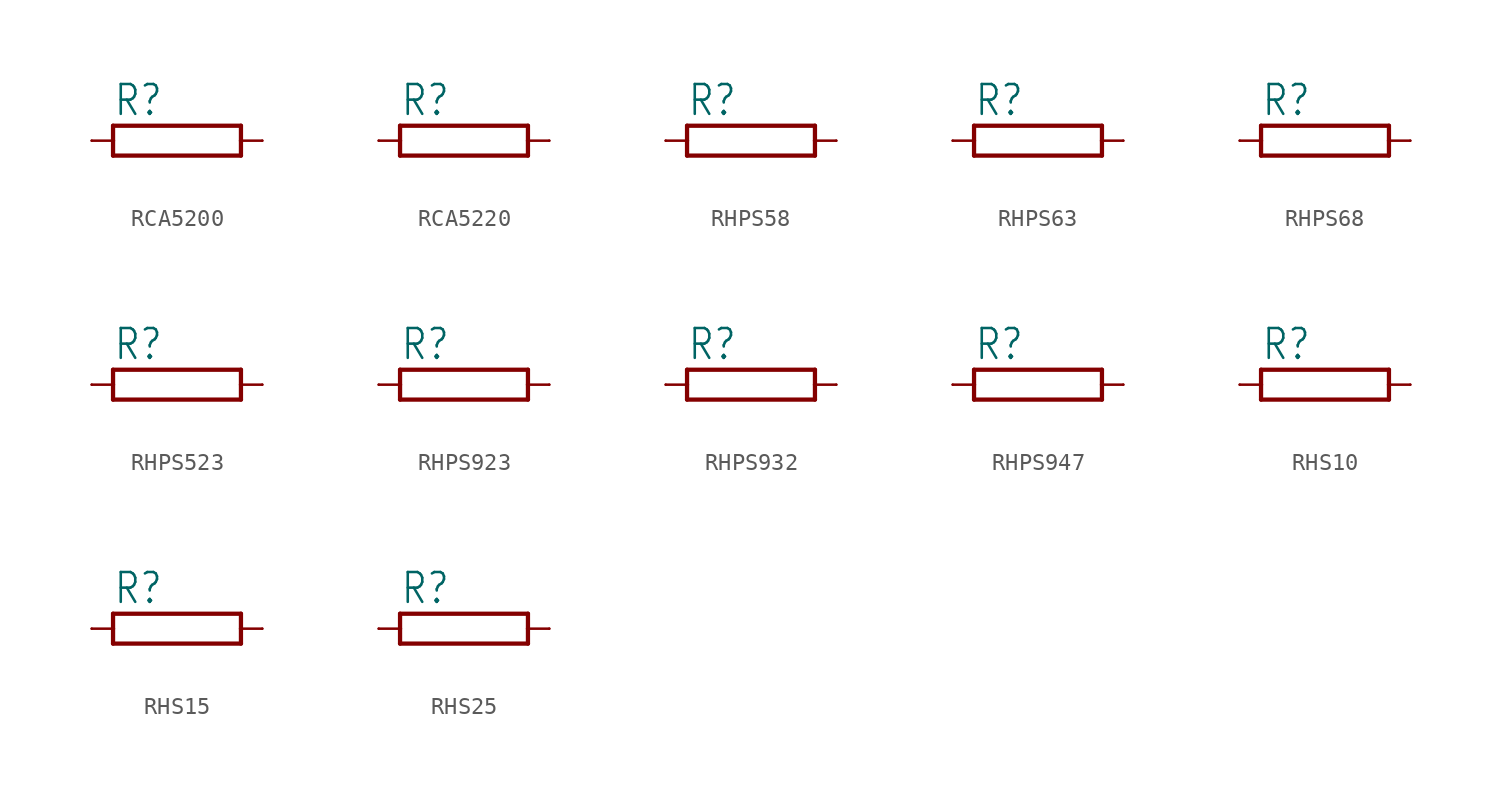
<source format=kicad_sym>
(kicad_symbol_lib
  (version 20220914)
  (generator kicad_symbol_editor)
  (symbol "RCA5200"
    (property "Reference" "R"
      (at -3.81 1.372 0)
      (effects (font (size 1.778 1.511)) (justify left bottom)))
    (property "Value" ""
      (at -3.81 -2.921 0)
      (effects (font (size 1.778 1.511)) (justify left bottom)))
    (property "ki_locked" ""
      (at 0 0 0)
      (effects (font (size 1.27 1.27))))
    (symbol "RCA5200_1_0"
      (polyline (pts (xy -5.08 0) (xy -3.81 0)) (stroke (width 0.152) (type solid)) (fill (type none)))
      (polyline (pts (xy -3.81 -0.889) (xy -3.81 0)) (stroke (width 0.254) (type solid)) (fill (type none)))
      (polyline (pts (xy -3.81 -0.889) (xy 3.81 -0.889)) (stroke (width 0.254) (type solid)) (fill (type none)))
      (polyline (pts (xy -3.81 0) (xy -3.81 0.889)) (stroke (width 0.254) (type solid)) (fill (type none)))
      (polyline (pts (xy 3.81 -0.889) (xy 3.81 0)) (stroke (width 0.254) (type solid)) (fill (type none)))
      (polyline (pts (xy 3.81 0) (xy 3.81 0.889)) (stroke (width 0.254) (type solid)) (fill (type none)))
      (polyline (pts (xy 3.81 0) (xy 5.08 0)) (stroke (width 0.152) (type solid)) (fill (type none)))
      (polyline (pts (xy 3.81 0.889) (xy -3.81 0.889)) (stroke (width 0.254) (type solid)) (fill (type none)))
      (pin passive line (at -5.08 0 0) (length 0) (name "1" (effects (font (size 0 0)))) (number "1" (effects (font (size 0 0)))))
      (pin passive line (at 5.08 0 180) (length 0) (name "2" (effects (font (size 0 0)))) (number "2" (effects (font (size 0 0)))))))
  (symbol "RCA5220"
    (property "Reference" "R"
      (at -3.81 1.372 0)
      (effects (font (size 1.778 1.511)) (justify left bottom)))
    (property "Value" ""
      (at -3.81 -2.921 0)
      (effects (font (size 1.778 1.511)) (justify left bottom)))
    (property "ki_locked" ""
      (at 0 0 0)
      (effects (font (size 1.27 1.27))))
    (symbol "RCA5220_1_0"
      (polyline (pts (xy -5.08 0) (xy -3.81 0)) (stroke (width 0.152) (type solid)) (fill (type none)))
      (polyline (pts (xy -3.81 -0.889) (xy -3.81 0)) (stroke (width 0.254) (type solid)) (fill (type none)))
      (polyline (pts (xy -3.81 -0.889) (xy 3.81 -0.889)) (stroke (width 0.254) (type solid)) (fill (type none)))
      (polyline (pts (xy -3.81 0) (xy -3.81 0.889)) (stroke (width 0.254) (type solid)) (fill (type none)))
      (polyline (pts (xy 3.81 -0.889) (xy 3.81 0)) (stroke (width 0.254) (type solid)) (fill (type none)))
      (polyline (pts (xy 3.81 0) (xy 3.81 0.889)) (stroke (width 0.254) (type solid)) (fill (type none)))
      (polyline (pts (xy 3.81 0) (xy 5.08 0)) (stroke (width 0.152) (type solid)) (fill (type none)))
      (polyline (pts (xy 3.81 0.889) (xy -3.81 0.889)) (stroke (width 0.254) (type solid)) (fill (type none)))
      (pin passive line (at -5.08 0 0) (length 0) (name "1" (effects (font (size 0 0)))) (number "1" (effects (font (size 0 0)))))
      (pin passive line (at 5.08 0 180) (length 0) (name "2" (effects (font (size 0 0)))) (number "2" (effects (font (size 0 0)))))))
  (symbol "RHPS58"
    (property "Reference" "R"
      (at -3.81 1.372 0)
      (effects (font (size 1.778 1.511)) (justify left bottom)))
    (property "Value" ""
      (at -3.81 -2.921 0)
      (effects (font (size 1.778 1.511)) (justify left bottom)))
    (property "ki_locked" ""
      (at 0 0 0)
      (effects (font (size 1.27 1.27))))
    (symbol "RHPS58_1_0"
      (polyline (pts (xy -5.08 0) (xy -3.81 0)) (stroke (width 0.152) (type solid)) (fill (type none)))
      (polyline (pts (xy -3.81 -0.889) (xy -3.81 0)) (stroke (width 0.254) (type solid)) (fill (type none)))
      (polyline (pts (xy -3.81 -0.889) (xy 3.81 -0.889)) (stroke (width 0.254) (type solid)) (fill (type none)))
      (polyline (pts (xy -3.81 0) (xy -3.81 0.889)) (stroke (width 0.254) (type solid)) (fill (type none)))
      (polyline (pts (xy 3.81 -0.889) (xy 3.81 0)) (stroke (width 0.254) (type solid)) (fill (type none)))
      (polyline (pts (xy 3.81 0) (xy 3.81 0.889)) (stroke (width 0.254) (type solid)) (fill (type none)))
      (polyline (pts (xy 3.81 0) (xy 5.08 0)) (stroke (width 0.152) (type solid)) (fill (type none)))
      (polyline (pts (xy 3.81 0.889) (xy -3.81 0.889)) (stroke (width 0.254) (type solid)) (fill (type none)))
      (pin passive line (at -5.08 0 0) (length 0) (name "1" (effects (font (size 0 0)))) (number "1" (effects (font (size 0 0)))))
      (pin passive line (at 5.08 0 180) (length 0) (name "2" (effects (font (size 0 0)))) (number "2" (effects (font (size 0 0)))))))
  (symbol "RHPS63"
    (property "Reference" "R"
      (at -3.81 1.372 0)
      (effects (font (size 1.778 1.511)) (justify left bottom)))
    (property "Value" ""
      (at -3.81 -2.921 0)
      (effects (font (size 1.778 1.511)) (justify left bottom)))
    (property "ki_locked" ""
      (at 0 0 0)
      (effects (font (size 1.27 1.27))))
    (symbol "RHPS63_1_0"
      (polyline (pts (xy -5.08 0) (xy -3.81 0)) (stroke (width 0.152) (type solid)) (fill (type none)))
      (polyline (pts (xy -3.81 -0.889) (xy -3.81 0)) (stroke (width 0.254) (type solid)) (fill (type none)))
      (polyline (pts (xy -3.81 -0.889) (xy 3.81 -0.889)) (stroke (width 0.254) (type solid)) (fill (type none)))
      (polyline (pts (xy -3.81 0) (xy -3.81 0.889)) (stroke (width 0.254) (type solid)) (fill (type none)))
      (polyline (pts (xy 3.81 -0.889) (xy 3.81 0)) (stroke (width 0.254) (type solid)) (fill (type none)))
      (polyline (pts (xy 3.81 0) (xy 3.81 0.889)) (stroke (width 0.254) (type solid)) (fill (type none)))
      (polyline (pts (xy 3.81 0) (xy 5.08 0)) (stroke (width 0.152) (type solid)) (fill (type none)))
      (polyline (pts (xy 3.81 0.889) (xy -3.81 0.889)) (stroke (width 0.254) (type solid)) (fill (type none)))
      (pin passive line (at -5.08 0 0) (length 0) (name "1" (effects (font (size 0 0)))) (number "1" (effects (font (size 0 0)))))
      (pin passive line (at 5.08 0 180) (length 0) (name "2" (effects (font (size 0 0)))) (number "2" (effects (font (size 0 0)))))))
  (symbol "RHPS68"
    (property "Reference" "R"
      (at -3.81 1.372 0)
      (effects (font (size 1.778 1.511)) (justify left bottom)))
    (property "Value" ""
      (at -3.81 -2.921 0)
      (effects (font (size 1.778 1.511)) (justify left bottom)))
    (property "ki_locked" ""
      (at 0 0 0)
      (effects (font (size 1.27 1.27))))
    (symbol "RHPS68_1_0"
      (polyline (pts (xy -5.08 0) (xy -3.81 0)) (stroke (width 0.152) (type solid)) (fill (type none)))
      (polyline (pts (xy -3.81 -0.889) (xy -3.81 0)) (stroke (width 0.254) (type solid)) (fill (type none)))
      (polyline (pts (xy -3.81 -0.889) (xy 3.81 -0.889)) (stroke (width 0.254) (type solid)) (fill (type none)))
      (polyline (pts (xy -3.81 0) (xy -3.81 0.889)) (stroke (width 0.254) (type solid)) (fill (type none)))
      (polyline (pts (xy 3.81 -0.889) (xy 3.81 0)) (stroke (width 0.254) (type solid)) (fill (type none)))
      (polyline (pts (xy 3.81 0) (xy 3.81 0.889)) (stroke (width 0.254) (type solid)) (fill (type none)))
      (polyline (pts (xy 3.81 0) (xy 5.08 0)) (stroke (width 0.152) (type solid)) (fill (type none)))
      (polyline (pts (xy 3.81 0.889) (xy -3.81 0.889)) (stroke (width 0.254) (type solid)) (fill (type none)))
      (pin passive line (at -5.08 0 0) (length 0) (name "1" (effects (font (size 0 0)))) (number "1" (effects (font (size 0 0)))))
      (pin passive line (at 5.08 0 180) (length 0) (name "2" (effects (font (size 0 0)))) (number "2" (effects (font (size 0 0)))))))
  (symbol "RHPS523"
    (property "Reference" "R"
      (at -3.81 1.372 0)
      (effects (font (size 1.778 1.511)) (justify left bottom)))
    (property "Value" ""
      (at -3.81 -2.921 0)
      (effects (font (size 1.778 1.511)) (justify left bottom)))
    (property "ki_locked" ""
      (at 0 0 0)
      (effects (font (size 1.27 1.27))))
    (symbol "RHPS523_1_0"
      (polyline (pts (xy -5.08 0) (xy -3.81 0)) (stroke (width 0.152) (type solid)) (fill (type none)))
      (polyline (pts (xy -3.81 -0.889) (xy -3.81 0)) (stroke (width 0.254) (type solid)) (fill (type none)))
      (polyline (pts (xy -3.81 -0.889) (xy 3.81 -0.889)) (stroke (width 0.254) (type solid)) (fill (type none)))
      (polyline (pts (xy -3.81 0) (xy -3.81 0.889)) (stroke (width 0.254) (type solid)) (fill (type none)))
      (polyline (pts (xy 3.81 -0.889) (xy 3.81 0)) (stroke (width 0.254) (type solid)) (fill (type none)))
      (polyline (pts (xy 3.81 0) (xy 3.81 0.889)) (stroke (width 0.254) (type solid)) (fill (type none)))
      (polyline (pts (xy 3.81 0) (xy 5.08 0)) (stroke (width 0.152) (type solid)) (fill (type none)))
      (polyline (pts (xy 3.81 0.889) (xy -3.81 0.889)) (stroke (width 0.254) (type solid)) (fill (type none)))
      (pin passive line (at -5.08 0 0) (length 0) (name "1" (effects (font (size 0 0)))) (number "1" (effects (font (size 0 0)))))
      (pin passive line (at 5.08 0 180) (length 0) (name "2" (effects (font (size 0 0)))) (number "2" (effects (font (size 0 0)))))))
  (symbol "RHPS923"
    (property "Reference" "R"
      (at -3.81 1.372 0)
      (effects (font (size 1.778 1.511)) (justify left bottom)))
    (property "Value" ""
      (at -3.81 -2.921 0)
      (effects (font (size 1.778 1.511)) (justify left bottom)))
    (property "ki_locked" ""
      (at 0 0 0)
      (effects (font (size 1.27 1.27))))
    (symbol "RHPS923_1_0"
      (polyline (pts (xy -5.08 0) (xy -3.81 0)) (stroke (width 0.152) (type solid)) (fill (type none)))
      (polyline (pts (xy -3.81 -0.889) (xy -3.81 0)) (stroke (width 0.254) (type solid)) (fill (type none)))
      (polyline (pts (xy -3.81 -0.889) (xy 3.81 -0.889)) (stroke (width 0.254) (type solid)) (fill (type none)))
      (polyline (pts (xy -3.81 0) (xy -3.81 0.889)) (stroke (width 0.254) (type solid)) (fill (type none)))
      (polyline (pts (xy 3.81 -0.889) (xy 3.81 0)) (stroke (width 0.254) (type solid)) (fill (type none)))
      (polyline (pts (xy 3.81 0) (xy 3.81 0.889)) (stroke (width 0.254) (type solid)) (fill (type none)))
      (polyline (pts (xy 3.81 0) (xy 5.08 0)) (stroke (width 0.152) (type solid)) (fill (type none)))
      (polyline (pts (xy 3.81 0.889) (xy -3.81 0.889)) (stroke (width 0.254) (type solid)) (fill (type none)))
      (pin passive line (at -5.08 0 0) (length 0) (name "1" (effects (font (size 0 0)))) (number "1" (effects (font (size 0 0)))))
      (pin passive line (at 5.08 0 180) (length 0) (name "2" (effects (font (size 0 0)))) (number "2" (effects (font (size 0 0)))))))
  (symbol "RHPS932"
    (property "Reference" "R"
      (at -3.81 1.372 0)
      (effects (font (size 1.778 1.511)) (justify left bottom)))
    (property "Value" ""
      (at -3.81 -2.921 0)
      (effects (font (size 1.778 1.511)) (justify left bottom)))
    (property "ki_locked" ""
      (at 0 0 0)
      (effects (font (size 1.27 1.27))))
    (symbol "RHPS932_1_0"
      (polyline (pts (xy -5.08 0) (xy -3.81 0)) (stroke (width 0.152) (type solid)) (fill (type none)))
      (polyline (pts (xy -3.81 -0.889) (xy -3.81 0)) (stroke (width 0.254) (type solid)) (fill (type none)))
      (polyline (pts (xy -3.81 -0.889) (xy 3.81 -0.889)) (stroke (width 0.254) (type solid)) (fill (type none)))
      (polyline (pts (xy -3.81 0) (xy -3.81 0.889)) (stroke (width 0.254) (type solid)) (fill (type none)))
      (polyline (pts (xy 3.81 -0.889) (xy 3.81 0)) (stroke (width 0.254) (type solid)) (fill (type none)))
      (polyline (pts (xy 3.81 0) (xy 3.81 0.889)) (stroke (width 0.254) (type solid)) (fill (type none)))
      (polyline (pts (xy 3.81 0) (xy 5.08 0)) (stroke (width 0.152) (type solid)) (fill (type none)))
      (polyline (pts (xy 3.81 0.889) (xy -3.81 0.889)) (stroke (width 0.254) (type solid)) (fill (type none)))
      (pin passive line (at -5.08 0 0) (length 0) (name "1" (effects (font (size 0 0)))) (number "1" (effects (font (size 0 0)))))
      (pin passive line (at 5.08 0 180) (length 0) (name "2" (effects (font (size 0 0)))) (number "2" (effects (font (size 0 0)))))))
  (symbol "RHPS947"
    (property "Reference" "R"
      (at -3.81 1.372 0)
      (effects (font (size 1.778 1.511)) (justify left bottom)))
    (property "Value" ""
      (at -3.81 -2.921 0)
      (effects (font (size 1.778 1.511)) (justify left bottom)))
    (property "ki_locked" ""
      (at 0 0 0)
      (effects (font (size 1.27 1.27))))
    (symbol "RHPS947_1_0"
      (polyline (pts (xy -5.08 0) (xy -3.81 0)) (stroke (width 0.152) (type solid)) (fill (type none)))
      (polyline (pts (xy -3.81 -0.889) (xy -3.81 0)) (stroke (width 0.254) (type solid)) (fill (type none)))
      (polyline (pts (xy -3.81 -0.889) (xy 3.81 -0.889)) (stroke (width 0.254) (type solid)) (fill (type none)))
      (polyline (pts (xy -3.81 0) (xy -3.81 0.889)) (stroke (width 0.254) (type solid)) (fill (type none)))
      (polyline (pts (xy 3.81 -0.889) (xy 3.81 0)) (stroke (width 0.254) (type solid)) (fill (type none)))
      (polyline (pts (xy 3.81 0) (xy 3.81 0.889)) (stroke (width 0.254) (type solid)) (fill (type none)))
      (polyline (pts (xy 3.81 0) (xy 5.08 0)) (stroke (width 0.152) (type solid)) (fill (type none)))
      (polyline (pts (xy 3.81 0.889) (xy -3.81 0.889)) (stroke (width 0.254) (type solid)) (fill (type none)))
      (pin passive line (at -5.08 0 0) (length 0) (name "1" (effects (font (size 0 0)))) (number "1" (effects (font (size 0 0)))))
      (pin passive line (at 5.08 0 180) (length 0) (name "2" (effects (font (size 0 0)))) (number "2" (effects (font (size 0 0)))))))
  (symbol "RHS10"
    (property "Reference" "R"
      (at -3.81 1.372 0)
      (effects (font (size 1.778 1.511)) (justify left bottom)))
    (property "Value" ""
      (at -3.81 -2.921 0)
      (effects (font (size 1.778 1.511)) (justify left bottom)))
    (property "ki_locked" ""
      (at 0 0 0)
      (effects (font (size 1.27 1.27))))
    (symbol "RHS10_1_0"
      (polyline (pts (xy -5.08 0) (xy -3.81 0)) (stroke (width 0.152) (type solid)) (fill (type none)))
      (polyline (pts (xy -3.81 -0.889) (xy -3.81 0)) (stroke (width 0.254) (type solid)) (fill (type none)))
      (polyline (pts (xy -3.81 -0.889) (xy 3.81 -0.889)) (stroke (width 0.254) (type solid)) (fill (type none)))
      (polyline (pts (xy -3.81 0) (xy -3.81 0.889)) (stroke (width 0.254) (type solid)) (fill (type none)))
      (polyline (pts (xy 3.81 -0.889) (xy 3.81 0)) (stroke (width 0.254) (type solid)) (fill (type none)))
      (polyline (pts (xy 3.81 0) (xy 3.81 0.889)) (stroke (width 0.254) (type solid)) (fill (type none)))
      (polyline (pts (xy 3.81 0) (xy 5.08 0)) (stroke (width 0.152) (type solid)) (fill (type none)))
      (polyline (pts (xy 3.81 0.889) (xy -3.81 0.889)) (stroke (width 0.254) (type solid)) (fill (type none)))
      (pin passive line (at -5.08 0 0) (length 0) (name "1" (effects (font (size 0 0)))) (number "1" (effects (font (size 0 0)))))
      (pin passive line (at 5.08 0 180) (length 0) (name "2" (effects (font (size 0 0)))) (number "2" (effects (font (size 0 0)))))))
  (symbol "RHS15"
    (property "Reference" "R"
      (at -3.81 1.372 0)
      (effects (font (size 1.778 1.511)) (justify left bottom)))
    (property "Value" ""
      (at -3.81 -2.921 0)
      (effects (font (size 1.778 1.511)) (justify left bottom)))
    (property "ki_locked" ""
      (at 0 0 0)
      (effects (font (size 1.27 1.27))))
    (symbol "RHS15_1_0"
      (polyline (pts (xy -5.08 0) (xy -3.81 0)) (stroke (width 0.152) (type solid)) (fill (type none)))
      (polyline (pts (xy -3.81 -0.889) (xy -3.81 0)) (stroke (width 0.254) (type solid)) (fill (type none)))
      (polyline (pts (xy -3.81 -0.889) (xy 3.81 -0.889)) (stroke (width 0.254) (type solid)) (fill (type none)))
      (polyline (pts (xy -3.81 0) (xy -3.81 0.889)) (stroke (width 0.254) (type solid)) (fill (type none)))
      (polyline (pts (xy 3.81 -0.889) (xy 3.81 0)) (stroke (width 0.254) (type solid)) (fill (type none)))
      (polyline (pts (xy 3.81 0) (xy 3.81 0.889)) (stroke (width 0.254) (type solid)) (fill (type none)))
      (polyline (pts (xy 3.81 0) (xy 5.08 0)) (stroke (width 0.152) (type solid)) (fill (type none)))
      (polyline (pts (xy 3.81 0.889) (xy -3.81 0.889)) (stroke (width 0.254) (type solid)) (fill (type none)))
      (pin passive line (at -5.08 0 0) (length 0) (name "1" (effects (font (size 0 0)))) (number "1" (effects (font (size 0 0)))))
      (pin passive line (at 5.08 0 180) (length 0) (name "2" (effects (font (size 0 0)))) (number "2" (effects (font (size 0 0)))))))
  (symbol "RHS25"
    (property "Reference" "R"
      (at -3.81 1.372 0)
      (effects (font (size 1.778 1.511)) (justify left bottom)))
    (property "Value" ""
      (at -3.81 -2.921 0)
      (effects (font (size 1.778 1.511)) (justify left bottom)))
    (property "ki_locked" ""
      (at 0 0 0)
      (effects (font (size 1.27 1.27))))
    (symbol "RHS25_1_0"
      (polyline (pts (xy -5.08 0) (xy -3.81 0)) (stroke (width 0.152) (type solid)) (fill (type none)))
      (polyline (pts (xy -3.81 -0.889) (xy -3.81 0)) (stroke (width 0.254) (type solid)) (fill (type none)))
      (polyline (pts (xy -3.81 -0.889) (xy 3.81 -0.889)) (stroke (width 0.254) (type solid)) (fill (type none)))
      (polyline (pts (xy -3.81 0) (xy -3.81 0.889)) (stroke (width 0.254) (type solid)) (fill (type none)))
      (polyline (pts (xy 3.81 -0.889) (xy 3.81 0)) (stroke (width 0.254) (type solid)) (fill (type none)))
      (polyline (pts (xy 3.81 0) (xy 3.81 0.889)) (stroke (width 0.254) (type solid)) (fill (type none)))
      (polyline (pts (xy 3.81 0) (xy 5.08 0)) (stroke (width 0.152) (type solid)) (fill (type none)))
      (polyline (pts (xy 3.81 0.889) (xy -3.81 0.889)) (stroke (width 0.254) (type solid)) (fill (type none)))
      (pin passive line (at -5.08 0 0) (length 0) (name "1" (effects (font (size 0 0)))) (number "1" (effects (font (size 0 0)))))
      (pin passive line (at 5.08 0 180) (length 0) (name "2" (effects (font (size 0 0)))) (number "2" (effects (font (size 0 0))))))))
</source>
